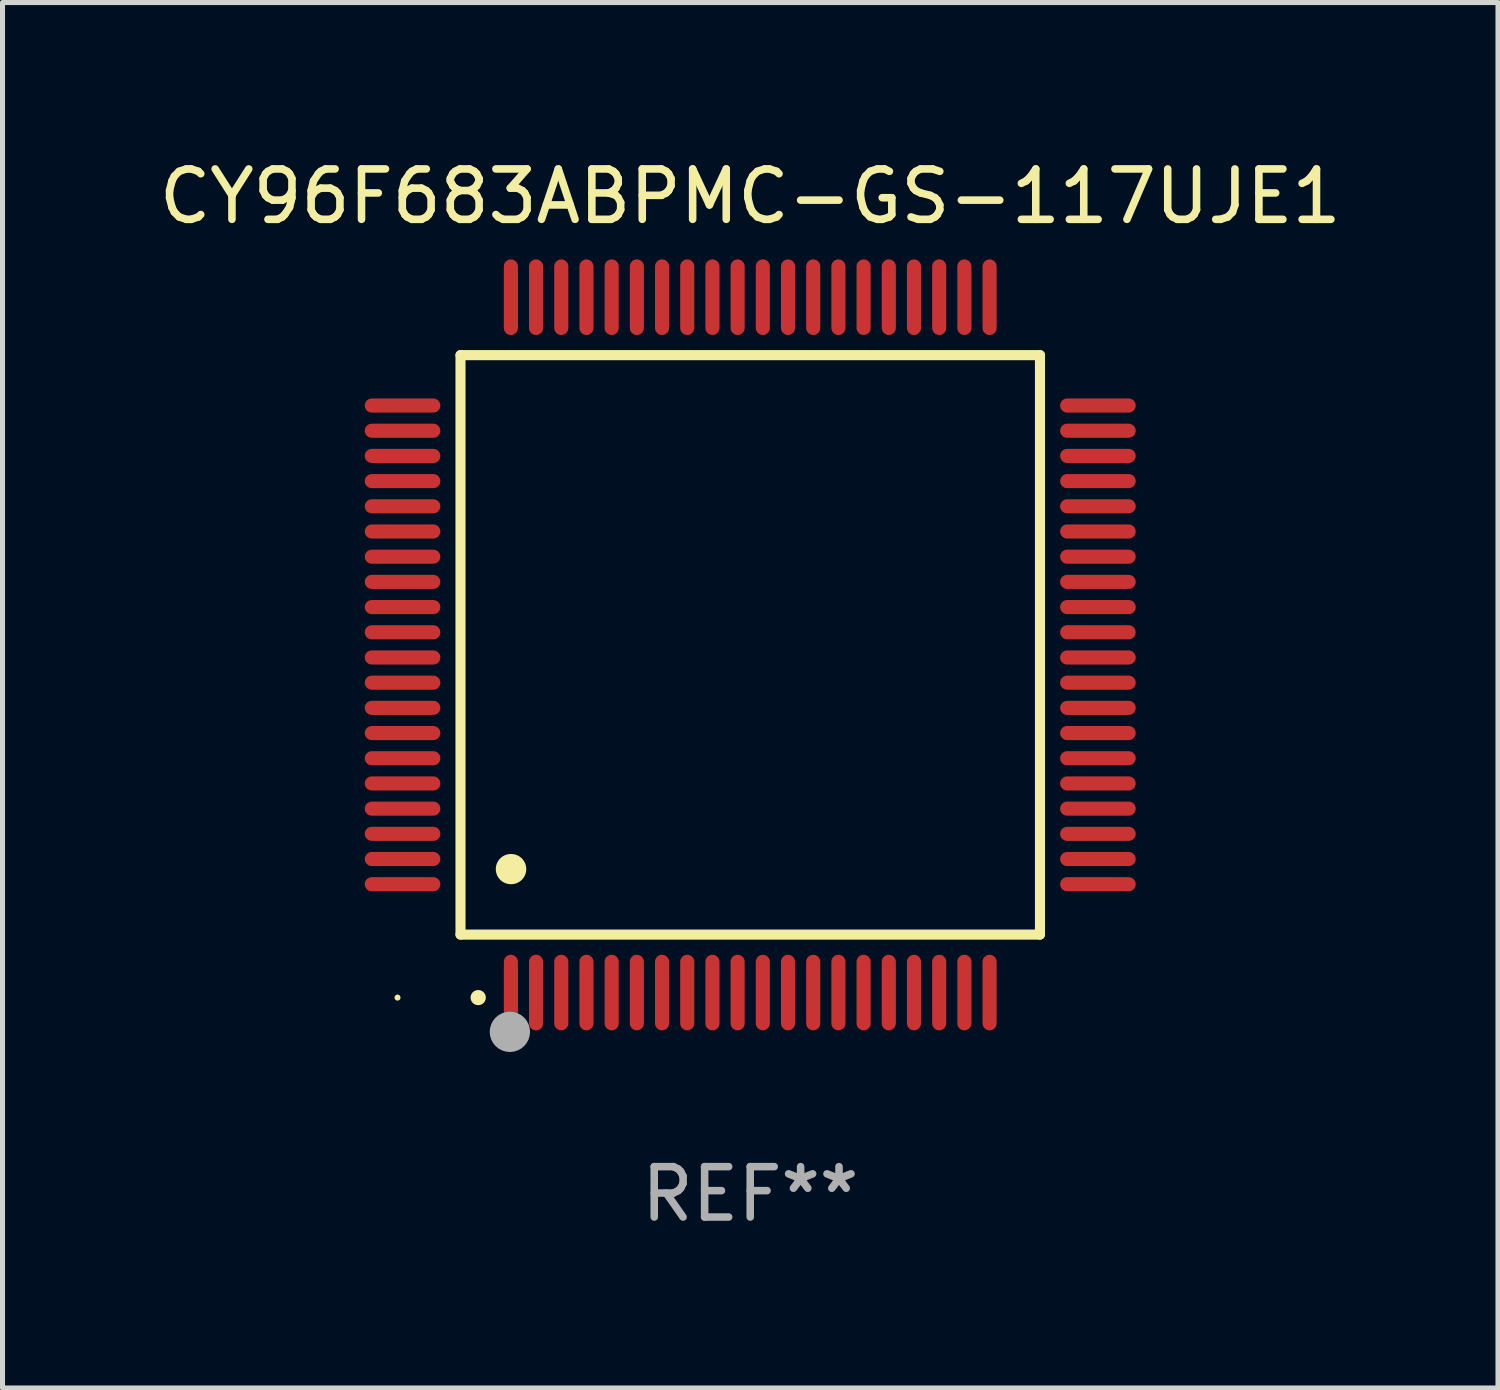
<source format=kicad_pcb>
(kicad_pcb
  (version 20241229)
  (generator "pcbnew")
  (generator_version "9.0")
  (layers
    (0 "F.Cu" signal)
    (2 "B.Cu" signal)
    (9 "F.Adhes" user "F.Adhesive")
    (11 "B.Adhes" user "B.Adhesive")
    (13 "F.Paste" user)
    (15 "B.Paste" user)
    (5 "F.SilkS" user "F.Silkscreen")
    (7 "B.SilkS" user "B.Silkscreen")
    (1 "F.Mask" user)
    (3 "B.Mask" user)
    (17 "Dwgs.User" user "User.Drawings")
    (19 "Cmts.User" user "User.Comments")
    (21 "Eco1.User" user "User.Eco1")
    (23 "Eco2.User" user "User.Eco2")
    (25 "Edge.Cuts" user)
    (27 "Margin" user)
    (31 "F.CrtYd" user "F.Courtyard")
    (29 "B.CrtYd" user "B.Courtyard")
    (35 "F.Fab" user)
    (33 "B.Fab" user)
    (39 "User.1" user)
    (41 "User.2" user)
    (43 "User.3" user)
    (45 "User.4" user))
  (footprint "CY96F683ABPMC-GS-117UJE1"
    (layer "F.Cu")
    (at 11.839 9.748)
    (property "Reference" "CY96F683ABPMC-GS-117UJE1" (at 0 -8.9 0) (layer "F.SilkS") (effects (font (size 1 1) (thickness 0.15))))
    (attr through_hole)
    (fp_line (start -5.75 -5.75) (end 5.75 -5.75) (stroke (width 0.2) (type solid)) (layer "F.SilkS"))
    (fp_line (start -5.75 5.75) (end -5.75 -5.75) (stroke (width 0.2) (type solid)) (layer "F.SilkS"))
    (fp_line (start 5.75 -5.75) (end 5.75 5.75) (stroke (width 0.2) (type solid)) (layer "F.SilkS"))
    (fp_line (start 5.75 5.75) (end -5.75 5.75) (stroke (width 0.2) (type solid)) (layer "F.SilkS"))
    (fp_arc (start -5.400051 7.000254) (mid -5.398781 7.000249) (end -5.397511 7.000254) (stroke (width 0.3) (type solid)) (layer "F.SilkS"))
    (fp_arc (start -4.749809 4.450089) (mid -4.747269 4.450078) (end -4.744729 4.450089) (stroke (width 0.6) (type solid)) (layer "F.SilkS"))
    (fp_circle (center -7 7) (end -6.97 7) (stroke (width 0.06) (type solid)) (fill no) (layer "F.SilkS"))
    (fp_circle (center -4.77 7.68) (end -4.57 7.68) (stroke (width 0.4) (type solid)) (fill no) (layer "F.Fab"))
    (fp_text user "REF**" (at 0 10.9 0) (layer "F.Fab") (effects (font (size 1 1) (thickness 0.15))))
    (pad "1" smd oval (at -4.75 6.9) (size 0.28 1.5) (layers "F.Cu" "F.Mask" "F.Paste"))
    (pad "2" smd oval (at -4.25 6.9) (size 0.28 1.5) (layers "F.Cu" "F.Mask" "F.Paste"))
    (pad "3" smd oval (at -3.75 6.9) (size 0.28 1.5) (layers "F.Cu" "F.Mask" "F.Paste"))
    (pad "4" smd oval (at -3.25 6.9) (size 0.28 1.5) (layers "F.Cu" "F.Mask" "F.Paste"))
    (pad "5" smd oval (at -2.75 6.9) (size 0.28 1.5) (layers "F.Cu" "F.Mask" "F.Paste"))
    (pad "6" smd oval (at -2.25 6.9) (size 0.28 1.5) (layers "F.Cu" "F.Mask" "F.Paste"))
    (pad "7" smd oval (at -1.75 6.9) (size 0.28 1.5) (layers "F.Cu" "F.Mask" "F.Paste"))
    (pad "8" smd oval (at -1.25 6.9) (size 0.28 1.5) (layers "F.Cu" "F.Mask" "F.Paste"))
    (pad "9" smd oval (at -0.75 6.9) (size 0.28 1.5) (layers "F.Cu" "F.Mask" "F.Paste"))
    (pad "10" smd oval (at -0.25 6.9) (size 0.28 1.5) (layers "F.Cu" "F.Mask" "F.Paste"))
    (pad "11" smd oval (at 0.25 6.9) (size 0.28 1.5) (layers "F.Cu" "F.Mask" "F.Paste"))
    (pad "12" smd oval (at 0.75 6.9) (size 0.28 1.5) (layers "F.Cu" "F.Mask" "F.Paste"))
    (pad "13" smd oval (at 1.25 6.9) (size 0.28 1.5) (layers "F.Cu" "F.Mask" "F.Paste"))
    (pad "14" smd oval (at 1.75 6.9) (size 0.28 1.5) (layers "F.Cu" "F.Mask" "F.Paste"))
    (pad "15" smd oval (at 2.25 6.9) (size 0.28 1.5) (layers "F.Cu" "F.Mask" "F.Paste"))
    (pad "16" smd oval (at 2.75 6.9) (size 0.28 1.5) (layers "F.Cu" "F.Mask" "F.Paste"))
    (pad "17" smd oval (at 3.25 6.9) (size 0.28 1.5) (layers "F.Cu" "F.Mask" "F.Paste"))
    (pad "18" smd oval (at 3.75 6.9) (size 0.28 1.5) (layers "F.Cu" "F.Mask" "F.Paste"))
    (pad "19" smd oval (at 4.25 6.9) (size 0.28 1.5) (layers "F.Cu" "F.Mask" "F.Paste"))
    (pad "20" smd oval (at 4.75 6.9) (size 0.28 1.5) (layers "F.Cu" "F.Mask" "F.Paste"))
    (pad "21" smd oval (at 6.9 4.75) (size 1.5 0.28) (layers "F.Cu" "F.Mask" "F.Paste"))
    (pad "22" smd oval (at 6.9 4.25) (size 1.5 0.28) (layers "F.Cu" "F.Mask" "F.Paste"))
    (pad "23" smd oval (at 6.9 3.75) (size 1.5 0.28) (layers "F.Cu" "F.Mask" "F.Paste"))
    (pad "24" smd oval (at 6.9 3.25) (size 1.5 0.28) (layers "F.Cu" "F.Mask" "F.Paste"))
    (pad "25" smd oval (at 6.9 2.75) (size 1.5 0.28) (layers "F.Cu" "F.Mask" "F.Paste"))
    (pad "26" smd oval (at 6.9 2.25) (size 1.5 0.28) (layers "F.Cu" "F.Mask" "F.Paste"))
    (pad "27" smd oval (at 6.9 1.75) (size 1.5 0.28) (layers "F.Cu" "F.Mask" "F.Paste"))
    (pad "28" smd oval (at 6.9 1.25) (size 1.5 0.28) (layers "F.Cu" "F.Mask" "F.Paste"))
    (pad "29" smd oval (at 6.9 0.75) (size 1.5 0.28) (layers "F.Cu" "F.Mask" "F.Paste"))
    (pad "30" smd oval (at 6.9 0.25) (size 1.5 0.28) (layers "F.Cu" "F.Mask" "F.Paste"))
    (pad "31" smd oval (at 6.9 -0.25) (size 1.5 0.28) (layers "F.Cu" "F.Mask" "F.Paste"))
    (pad "32" smd oval (at 6.9 -0.75) (size 1.5 0.28) (layers "F.Cu" "F.Mask" "F.Paste"))
    (pad "33" smd oval (at 6.9 -1.25) (size 1.5 0.28) (layers "F.Cu" "F.Mask" "F.Paste"))
    (pad "34" smd oval (at 6.9 -1.75) (size 1.5 0.28) (layers "F.Cu" "F.Mask" "F.Paste"))
    (pad "35" smd oval (at 6.9 -2.25) (size 1.5 0.28) (layers "F.Cu" "F.Mask" "F.Paste"))
    (pad "36" smd oval (at 6.9 -2.75) (size 1.5 0.28) (layers "F.Cu" "F.Mask" "F.Paste"))
    (pad "37" smd oval (at 6.9 -3.25) (size 1.5 0.28) (layers "F.Cu" "F.Mask" "F.Paste"))
    (pad "38" smd oval (at 6.9 -3.75) (size 1.5 0.28) (layers "F.Cu" "F.Mask" "F.Paste"))
    (pad "39" smd oval (at 6.9 -4.25) (size 1.5 0.28) (layers "F.Cu" "F.Mask" "F.Paste"))
    (pad "40" smd oval (at 6.9 -4.75) (size 1.5 0.28) (layers "F.Cu" "F.Mask" "F.Paste"))
    (pad "41" smd oval (at 4.75 -6.9) (size 0.28 1.5) (layers "F.Cu" "F.Mask" "F.Paste"))
    (pad "42" smd oval (at 4.25 -6.9) (size 0.28 1.5) (layers "F.Cu" "F.Mask" "F.Paste"))
    (pad "43" smd oval (at 3.75 -6.9) (size 0.28 1.5) (layers "F.Cu" "F.Mask" "F.Paste"))
    (pad "44" smd oval (at 3.25 -6.9) (size 0.28 1.5) (layers "F.Cu" "F.Mask" "F.Paste"))
    (pad "45" smd oval (at 2.75 -6.9) (size 0.28 1.5) (layers "F.Cu" "F.Mask" "F.Paste"))
    (pad "46" smd oval (at 2.25 -6.9) (size 0.28 1.5) (layers "F.Cu" "F.Mask" "F.Paste"))
    (pad "47" smd oval (at 1.75 -6.9) (size 0.28 1.5) (layers "F.Cu" "F.Mask" "F.Paste"))
    (pad "48" smd oval (at 1.25 -6.9) (size 0.28 1.5) (layers "F.Cu" "F.Mask" "F.Paste"))
    (pad "49" smd oval (at 0.75 -6.9) (size 0.28 1.5) (layers "F.Cu" "F.Mask" "F.Paste"))
    (pad "50" smd oval (at 0.25 -6.9) (size 0.28 1.5) (layers "F.Cu" "F.Mask" "F.Paste"))
    (pad "51" smd oval (at -0.25 -6.9) (size 0.28 1.5) (layers "F.Cu" "F.Mask" "F.Paste"))
    (pad "52" smd oval (at -0.75 -6.9) (size 0.28 1.5) (layers "F.Cu" "F.Mask" "F.Paste"))
    (pad "53" smd oval (at -1.25 -6.9) (size 0.28 1.5) (layers "F.Cu" "F.Mask" "F.Paste"))
    (pad "54" smd oval (at -1.75 -6.9) (size 0.28 1.5) (layers "F.Cu" "F.Mask" "F.Paste"))
    (pad "55" smd oval (at -2.25 -6.9) (size 0.28 1.5) (layers "F.Cu" "F.Mask" "F.Paste"))
    (pad "56" smd oval (at -2.75 -6.9) (size 0.28 1.5) (layers "F.Cu" "F.Mask" "F.Paste"))
    (pad "57" smd oval (at -3.25 -6.9) (size 0.28 1.5) (layers "F.Cu" "F.Mask" "F.Paste"))
    (pad "58" smd oval (at -3.75 -6.9) (size 0.28 1.5) (layers "F.Cu" "F.Mask" "F.Paste"))
    (pad "59" smd oval (at -4.25 -6.9) (size 0.28 1.5) (layers "F.Cu" "F.Mask" "F.Paste"))
    (pad "60" smd oval (at -4.75 -6.9) (size 0.28 1.5) (layers "F.Cu" "F.Mask" "F.Paste"))
    (pad "61" smd oval (at -6.9 -4.75) (size 1.5 0.28) (layers "F.Cu" "F.Mask" "F.Paste"))
    (pad "62" smd oval (at -6.9 -4.25) (size 1.5 0.28) (layers "F.Cu" "F.Mask" "F.Paste"))
    (pad "63" smd oval (at -6.9 -3.75) (size 1.5 0.28) (layers "F.Cu" "F.Mask" "F.Paste"))
    (pad "64" smd oval (at -6.9 -3.25) (size 1.5 0.28) (layers "F.Cu" "F.Mask" "F.Paste"))
    (pad "65" smd oval (at -6.9 -2.75) (size 1.5 0.28) (layers "F.Cu" "F.Mask" "F.Paste"))
    (pad "66" smd oval (at -6.9 -2.25) (size 1.5 0.28) (layers "F.Cu" "F.Mask" "F.Paste"))
    (pad "67" smd oval (at -6.9 -1.75) (size 1.5 0.28) (layers "F.Cu" "F.Mask" "F.Paste"))
    (pad "68" smd oval (at -6.9 -1.25) (size 1.5 0.28) (layers "F.Cu" "F.Mask" "F.Paste"))
    (pad "69" smd oval (at -6.9 -0.75) (size 1.5 0.28) (layers "F.Cu" "F.Mask" "F.Paste"))
    (pad "70" smd oval (at -6.9 -0.25) (size 1.5 0.28) (layers "F.Cu" "F.Mask" "F.Paste"))
    (pad "71" smd oval (at -6.9 0.25) (size 1.5 0.28) (layers "F.Cu" "F.Mask" "F.Paste"))
    (pad "72" smd oval (at -6.9 0.75) (size 1.5 0.28) (layers "F.Cu" "F.Mask" "F.Paste"))
    (pad "73" smd oval (at -6.9 1.25) (size 1.5 0.28) (layers "F.Cu" "F.Mask" "F.Paste"))
    (pad "74" smd oval (at -6.9 1.75) (size 1.5 0.28) (layers "F.Cu" "F.Mask" "F.Paste"))
    (pad "75" smd oval (at -6.9 2.25) (size 1.5 0.28) (layers "F.Cu" "F.Mask" "F.Paste"))
    (pad "76" smd oval (at -6.9 2.75) (size 1.5 0.28) (layers "F.Cu" "F.Mask" "F.Paste"))
    (pad "77" smd oval (at -6.9 3.25) (size 1.5 0.28) (layers "F.Cu" "F.Mask" "F.Paste"))
    (pad "78" smd oval (at -6.9 3.75) (size 1.5 0.28) (layers "F.Cu" "F.Mask" "F.Paste"))
    (pad "79" smd oval (at -6.9 4.25) (size 1.5 0.28) (layers "F.Cu" "F.Mask" "F.Paste"))
    (pad "80" smd oval (at -6.9 4.75) (size 1.5 0.28) (layers "F.Cu" "F.Mask" "F.Paste")))
  (gr_rect
    (start -3 -3)
    (end 26.679 24.496)
    (stroke (width 0.1) (type default))
    (fill no)
    (layer "Edge.Cuts")))
</source>
